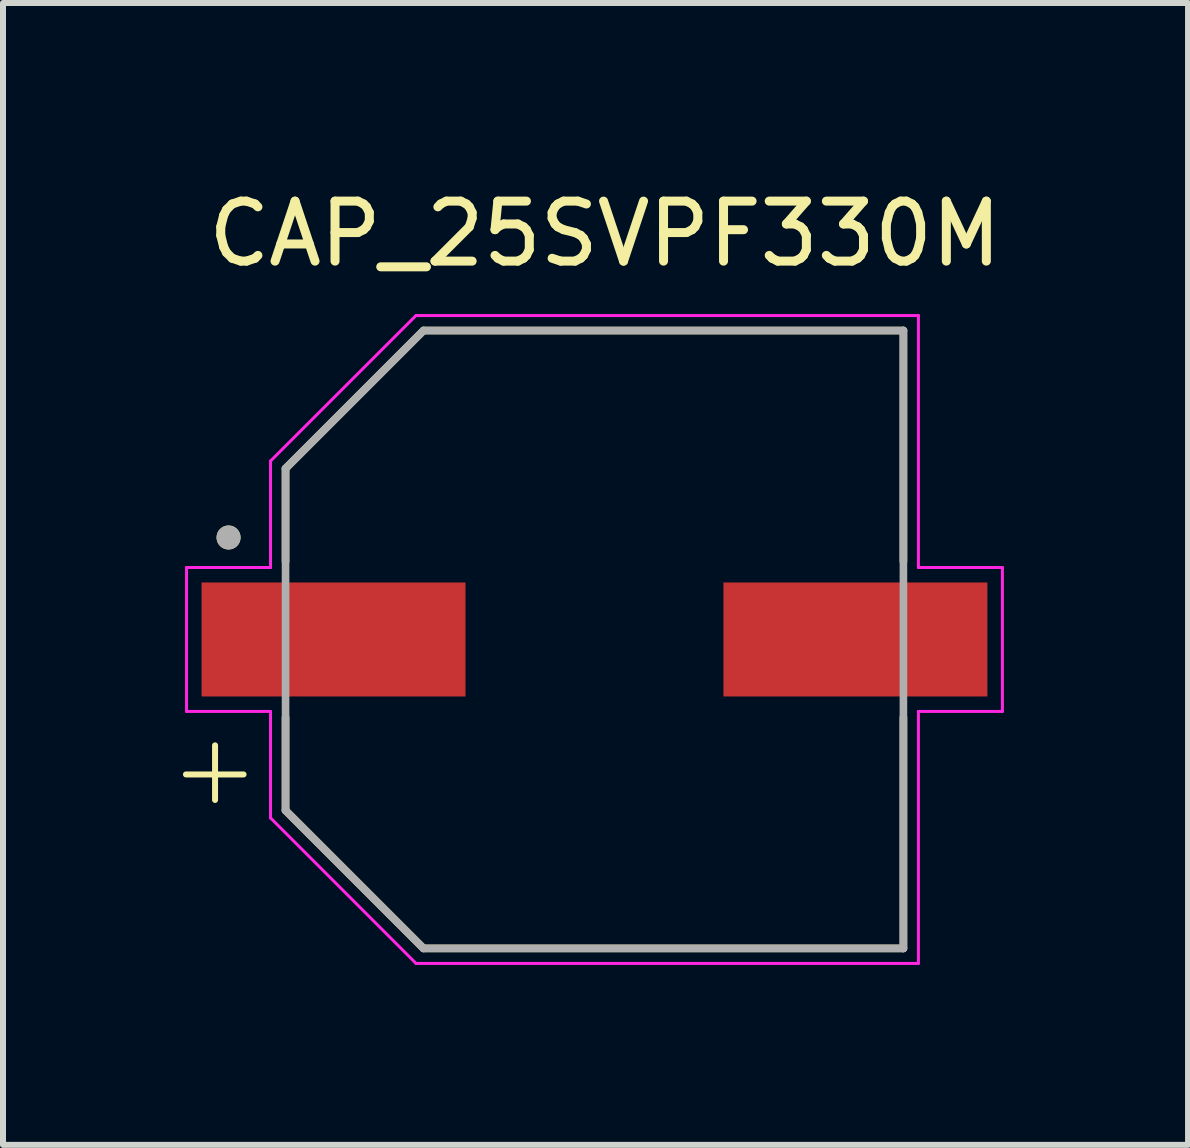
<source format=kicad_pcb>
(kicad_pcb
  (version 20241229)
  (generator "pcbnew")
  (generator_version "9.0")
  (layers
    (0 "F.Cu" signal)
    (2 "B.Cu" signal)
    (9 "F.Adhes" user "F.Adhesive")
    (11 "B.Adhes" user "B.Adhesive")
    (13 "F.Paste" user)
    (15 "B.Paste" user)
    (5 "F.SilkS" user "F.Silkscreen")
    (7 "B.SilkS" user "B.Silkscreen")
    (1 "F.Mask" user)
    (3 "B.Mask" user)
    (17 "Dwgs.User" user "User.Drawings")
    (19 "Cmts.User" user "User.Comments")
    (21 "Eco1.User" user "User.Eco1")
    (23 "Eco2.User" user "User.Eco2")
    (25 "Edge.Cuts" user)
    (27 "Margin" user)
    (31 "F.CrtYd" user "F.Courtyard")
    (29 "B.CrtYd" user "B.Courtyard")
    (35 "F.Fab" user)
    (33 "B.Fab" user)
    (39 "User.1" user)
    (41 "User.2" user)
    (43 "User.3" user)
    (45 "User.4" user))
  (footprint "CAP_25SVPF330M"
    (layer "F.Cu")
    (at 6.86 7.61)
    (property "Reference" "CAP_25SVPF330M" (at 0.175 -6.762 0) (layer "F.SilkS") (effects (font (size 1 1) (thickness 0.15))))
    (attr smd)
    (fp_line (start -6.81 2.25) (end -5.85 2.25) (stroke (width 0.1) (type default)) (layer "F.SilkS"))
    (fp_line (start -6.325 1.765) (end -6.325 2.675) (stroke (width 0.1) (type default)) (layer "F.SilkS"))
    (fp_line (start -5.15 -2.85) (end -2.85 -5.15) (stroke (width 0.127) (type solid)) (layer "F.SilkS"))
    (fp_line (start -5.15 -1.3) (end -5.15 -2.85) (stroke (width 0.127) (type solid)) (layer "F.SilkS"))
    (fp_line (start -5.15 2.85) (end -5.15 1.3) (stroke (width 0.127) (type solid)) (layer "F.SilkS"))
    (fp_line (start -2.85 -5.15) (end 5.15 -5.15) (stroke (width 0.127) (type solid)) (layer "F.SilkS"))
    (fp_line (start -2.85 5.15) (end -5.15 2.85) (stroke (width 0.127) (type solid)) (layer "F.SilkS"))
    (fp_line (start 5.15 -5.15) (end 5.15 -1.3) (stroke (width 0.127) (type solid)) (layer "F.SilkS"))
    (fp_line (start 5.15 1.3) (end 5.15 5.15) (stroke (width 0.127) (type solid)) (layer "F.SilkS"))
    (fp_line (start 5.15 5.15) (end -2.85 5.15) (stroke (width 0.127) (type solid)) (layer "F.SilkS"))
    (fp_circle (center -6.1 -1.7) (end -6 -1.7) (stroke (width 0.2) (type solid)) (fill no) (layer "F.SilkS"))
    (fp_line (start -6.8 -1.2) (end -5.4 -1.2) (stroke (width 0.05) (type solid)) (layer "F.CrtYd"))
    (fp_line (start -6.8 1.2) (end -6.8 -1.2) (stroke (width 0.05) (type solid)) (layer "F.CrtYd"))
    (fp_line (start -5.4 -2.975) (end -2.975 -5.4) (stroke (width 0.05) (type solid)) (layer "F.CrtYd"))
    (fp_line (start -5.4 -1.2) (end -5.4 -2.975) (stroke (width 0.05) (type solid)) (layer "F.CrtYd"))
    (fp_line (start -5.4 1.2) (end -6.8 1.2) (stroke (width 0.05) (type solid)) (layer "F.CrtYd"))
    (fp_line (start -5.4 2.975) (end -5.4 1.2) (stroke (width 0.05) (type solid)) (layer "F.CrtYd"))
    (fp_line (start -2.975 -5.4) (end 5.4 -5.4) (stroke (width 0.05) (type solid)) (layer "F.CrtYd"))
    (fp_line (start -2.975 5.4) (end -5.4 2.975) (stroke (width 0.05) (type solid)) (layer "F.CrtYd"))
    (fp_line (start 5.4 -5.4) (end 5.4 -1.2) (stroke (width 0.05) (type solid)) (layer "F.CrtYd"))
    (fp_line (start 5.4 -1.2) (end 6.8 -1.2) (stroke (width 0.05) (type solid)) (layer "F.CrtYd"))
    (fp_line (start 5.4 1.2) (end 5.4 5.4) (stroke (width 0.05) (type solid)) (layer "F.CrtYd"))
    (fp_line (start 5.4 5.4) (end -2.975 5.4) (stroke (width 0.05) (type solid)) (layer "F.CrtYd"))
    (fp_line (start 6.8 -1.2) (end 6.8 1.2) (stroke (width 0.05) (type solid)) (layer "F.CrtYd"))
    (fp_line (start 6.8 1.2) (end 5.4 1.2) (stroke (width 0.05) (type solid)) (layer "F.CrtYd"))
    (fp_line (start -5.15 -2.85) (end -2.85 -5.15) (stroke (width 0.127) (type solid)) (layer "F.Fab"))
    (fp_line (start -5.15 2.85) (end -5.15 -2.85) (stroke (width 0.127) (type solid)) (layer "F.Fab"))
    (fp_line (start -2.85 -5.15) (end 5.15 -5.15) (stroke (width 0.127) (type solid)) (layer "F.Fab"))
    (fp_line (start -2.85 5.15) (end -5.15 2.85) (stroke (width 0.127) (type solid)) (layer "F.Fab"))
    (fp_line (start 5.15 -5.15) (end 5.15 5.15) (stroke (width 0.127) (type solid)) (layer "F.Fab"))
    (fp_line (start 5.15 5.15) (end -2.85 5.15) (stroke (width 0.127) (type solid)) (layer "F.Fab"))
    (fp_circle (center -6.1 -1.7) (end -6 -1.7) (stroke (width 0.2) (type solid)) (fill no) (layer "F.Fab"))
    (pad "1" smd rect (at -4.35 0) (size 4.4 1.9) (layers "F.Cu" "F.Mask" "F.Paste"))
    (pad "2" smd rect (at 4.35 0) (size 4.4 1.9) (layers "F.Cu" "F.Mask" "F.Paste")))
  (gr_rect
    (start -3 -3)
    (end 16.755 16.035)
    (stroke (width 0.1) (type default))
    (fill no)
    (layer "Edge.Cuts")))
</source>
